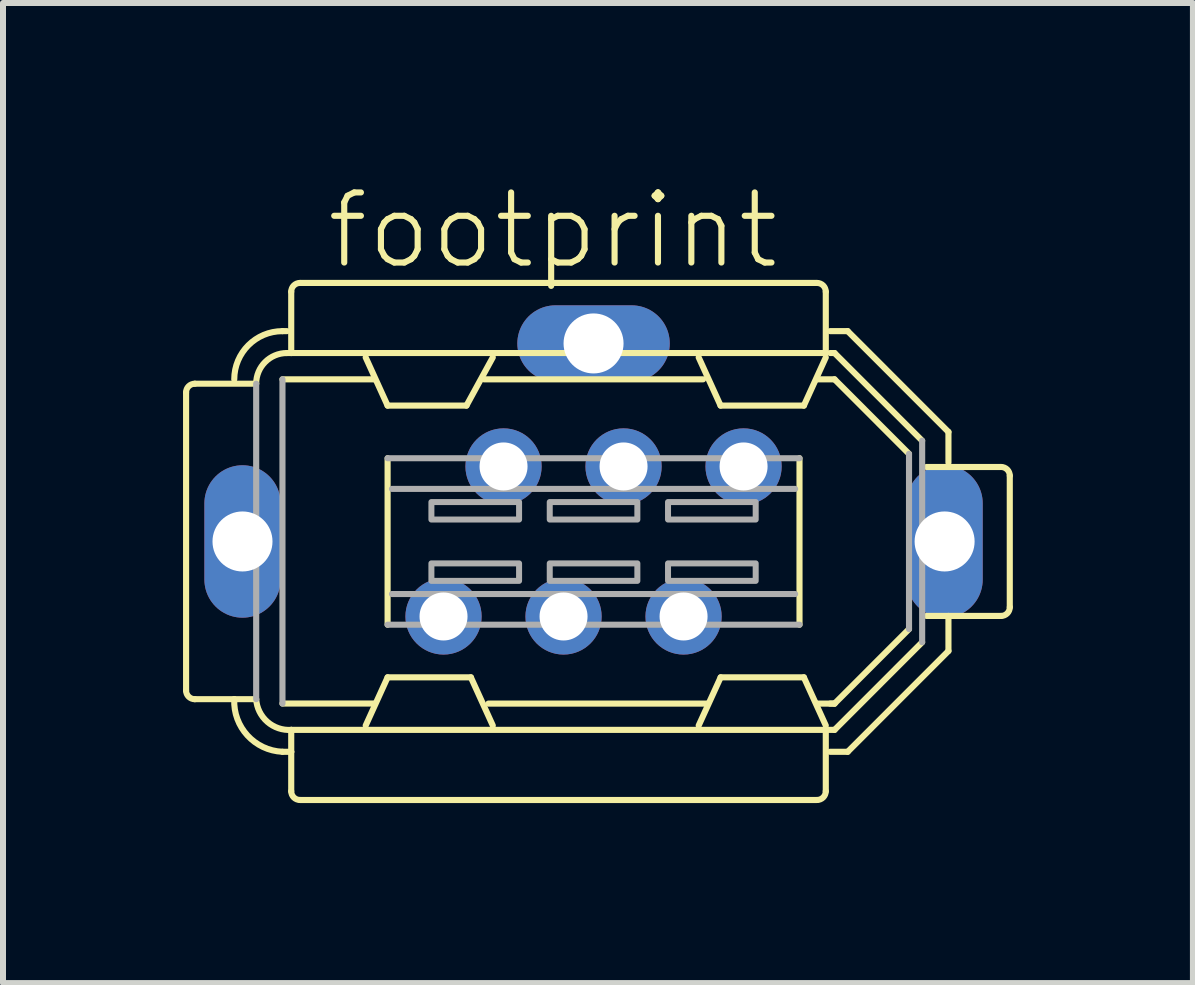
<source format=kicad_pcb>
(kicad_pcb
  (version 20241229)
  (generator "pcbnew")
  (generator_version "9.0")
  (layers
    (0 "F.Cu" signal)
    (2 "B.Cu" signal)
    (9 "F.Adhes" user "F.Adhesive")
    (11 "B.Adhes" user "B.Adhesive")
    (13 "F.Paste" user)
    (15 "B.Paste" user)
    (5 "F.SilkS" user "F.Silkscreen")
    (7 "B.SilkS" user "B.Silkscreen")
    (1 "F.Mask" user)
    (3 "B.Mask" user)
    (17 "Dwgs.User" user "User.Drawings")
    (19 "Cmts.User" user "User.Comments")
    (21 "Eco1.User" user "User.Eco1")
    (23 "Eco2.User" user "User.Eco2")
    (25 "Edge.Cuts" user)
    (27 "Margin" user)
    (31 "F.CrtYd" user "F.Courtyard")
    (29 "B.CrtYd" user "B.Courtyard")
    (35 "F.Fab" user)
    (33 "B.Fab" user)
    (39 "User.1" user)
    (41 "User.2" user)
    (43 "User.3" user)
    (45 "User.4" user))
  (footprint "footprint"
    (layer "F.Cu")
    (at 6.841 5.973)
    (property "Reference" "footprint" (at -4.5 -4.5 0) (layer "F.SilkS") (effects (font (size 1.168 1.168) (thickness 0.102)) (justify left bottom)))
    (fp_line (start -6.79 2.482) (end -6.79 -2.483) (stroke (width 0.102) (type solid)) (layer "F.SilkS"))
    (fp_line (start -6.644 -2.629) (end -5.622 -2.629) (stroke (width 0.102) (type solid)) (layer "F.SilkS"))
    (fp_line (start -5.987 2.628) (end -6.644 2.628) (stroke (width 0.102) (type solid)) (layer "F.SilkS"))
    (fp_line (start -5.622 2.628) (end -5.987 2.628) (stroke (width 0.102) (type solid)) (layer "F.SilkS"))
    (fp_line (start -5.184 -3.505) (end -5.111 -3.505) (stroke (width 0.102) (type solid)) (layer "F.SilkS"))
    (fp_line (start -5.184 -2.702) (end -3.651 -2.702) (stroke (width 0.102) (type solid)) (layer "F.SilkS"))
    (fp_line (start -5.184 2.701) (end -3.651 2.701) (stroke (width 0.102) (type solid)) (layer "F.SilkS"))
    (fp_line (start -5.184 3.505) (end -5.038 3.505) (stroke (width 0.102) (type solid)) (layer "F.SilkS"))
    (fp_line (start -5.111 -3.14) (end -5.038 -3.14) (stroke (width 0.102) (type solid)) (layer "F.SilkS"))
    (fp_line (start -5.038 -3.14) (end -5.038 -4.162) (stroke (width 0.102) (type solid)) (layer "F.SilkS"))
    (fp_line (start -5.038 3.14) (end 3.87 3.14) (stroke (width 0.102) (type solid)) (layer "F.SilkS"))
    (fp_line (start -5.038 3.505) (end -5.038 3.14) (stroke (width 0.102) (type solid)) (layer "F.SilkS"))
    (fp_line (start -5.038 4.162) (end -5.038 3.505) (stroke (width 0.102) (type solid)) (layer "F.SilkS"))
    (fp_line (start -5.038 3.14) (end -5.038 3.14) (stroke (width 0.102) (type solid)) (layer "F.SilkS"))
    (fp_line (start -4.892 -4.308) (end 3.724 -4.308) (stroke (width 0.102) (type solid)) (layer "F.SilkS"))
    (fp_line (start -3.797 -3.067) (end -3.432 -2.264) (stroke (width 0.102) (type solid)) (layer "F.SilkS"))
    (fp_line (start -3.432 -2.264) (end -2.118 -2.264) (stroke (width 0.102) (type solid)) (layer "F.SilkS"))
    (fp_line (start -3.432 1.387) (end -3.432 -1.387) (stroke (width 0.102) (type solid)) (layer "F.SilkS"))
    (fp_line (start -3.432 2.264) (end -3.797 3.067) (stroke (width 0.102) (type solid)) (layer "F.SilkS"))
    (fp_line (start -2.118 -2.264) (end -1.679 -3.067) (stroke (width 0.102) (type solid)) (layer "F.SilkS"))
    (fp_line (start -2.044 2.264) (end -3.432 2.264) (stroke (width 0.102) (type solid)) (layer "F.SilkS"))
    (fp_line (start -1.825 -2.702) (end 1.825 -2.702) (stroke (width 0.102) (type solid)) (layer "F.SilkS"))
    (fp_line (start -1.679 3.067) (end -2.044 2.264) (stroke (width 0.102) (type solid)) (layer "F.SilkS"))
    (fp_line (start 1.752 -3.067) (end 2.117 -2.264) (stroke (width 0.102) (type solid)) (layer "F.SilkS"))
    (fp_line (start 1.898 2.702) (end -1.752 2.702) (stroke (width 0.102) (type solid)) (layer "F.SilkS"))
    (fp_line (start 2.117 -2.264) (end 3.505 -2.264) (stroke (width 0.102) (type solid)) (layer "F.SilkS"))
    (fp_line (start 2.118 2.264) (end 1.752 3.067) (stroke (width 0.102) (type solid)) (layer "F.SilkS"))
    (fp_line (start 3.432 -1.387) (end 3.432 1.387) (stroke (width 0.102) (type solid)) (layer "F.SilkS"))
    (fp_line (start 3.505 -2.264) (end 3.87 -3.067) (stroke (width 0.102) (type solid)) (layer "F.SilkS"))
    (fp_line (start 3.505 2.264) (end 2.118 2.264) (stroke (width 0.102) (type solid)) (layer "F.SilkS"))
    (fp_line (start 3.724 -2.702) (end 4.016 -2.702) (stroke (width 0.102) (type solid)) (layer "F.SilkS"))
    (fp_line (start 3.724 2.702) (end 4.016 2.702) (stroke (width 0.102) (type solid)) (layer "F.SilkS"))
    (fp_line (start 3.724 4.308) (end -4.892 4.308) (stroke (width 0.102) (type solid)) (layer "F.SilkS"))
    (fp_line (start 3.87 -4.162) (end 3.87 -3.14) (stroke (width 0.102) (type solid)) (layer "F.SilkS"))
    (fp_line (start 3.87 -3.14) (end -5.038 -3.14) (stroke (width 0.102) (type solid)) (layer "F.SilkS"))
    (fp_line (start 3.87 3.067) (end 3.505 2.264) (stroke (width 0.102) (type solid)) (layer "F.SilkS"))
    (fp_line (start 3.87 3.14) (end 3.87 4.162) (stroke (width 0.102) (type solid)) (layer "F.SilkS"))
    (fp_line (start 3.943 -3.505) (end 4.235 -3.505) (stroke (width 0.102) (type solid)) (layer "F.SilkS"))
    (fp_line (start 3.943 -3.14) (end 4.016 -3.14) (stroke (width 0.102) (type solid)) (layer "F.SilkS"))
    (fp_line (start 4.016 2.702) (end 3.943 2.702) (stroke (width 0.102) (type solid)) (layer "F.SilkS"))
    (fp_line (start 4.016 3.14) (end 3.87 3.14) (stroke (width 0.102) (type solid)) (layer "F.SilkS"))
    (fp_line (start 4.016 -3.14) (end 5.476 -1.679) (stroke (width 0.102) (type solid)) (layer "F.SilkS"))
    (fp_line (start 4.016 -2.702) (end 5.257 -1.46) (stroke (width 0.102) (type solid)) (layer "F.SilkS"))
    (fp_line (start 4.235 -3.505) (end 5.914 -1.825) (stroke (width 0.102) (type solid)) (layer "F.SilkS"))
    (fp_line (start 4.235 3.505) (end 3.943 3.505) (stroke (width 0.102) (type solid)) (layer "F.SilkS"))
    (fp_line (start 5.257 1.46) (end 4.016 2.702) (stroke (width 0.102) (type solid)) (layer "F.SilkS"))
    (fp_line (start 5.476 1.679) (end 4.016 3.14) (stroke (width 0.102) (type solid)) (layer "F.SilkS"))
    (fp_line (start 5.549 -1.241) (end 6.79 -1.241) (stroke (width 0.102) (type solid)) (layer "F.SilkS"))
    (fp_line (start 5.914 -1.825) (end 5.914 -1.314) (stroke (width 0.102) (type solid)) (layer "F.SilkS"))
    (fp_line (start 5.914 1.241) (end 5.914 1.825) (stroke (width 0.102) (type solid)) (layer "F.SilkS"))
    (fp_line (start 5.914 1.825) (end 4.235 3.505) (stroke (width 0.102) (type solid)) (layer "F.SilkS"))
    (fp_line (start 6.79 1.241) (end 5.549 1.241) (stroke (width 0.102) (type solid)) (layer "F.SilkS"))
    (fp_line (start 6.936 -1.095) (end 6.936 1.095) (stroke (width 0.102) (type solid)) (layer "F.SilkS"))
    (fp_arc (start -6.7905 -2.4826) (mid -6.747738 -2.585838) (end -6.6445 -2.6286) (stroke (width 0.1016) (type solid)) (layer "F.SilkS"))
    (fp_arc (start -6.6445 2.6285) (mid -6.747738 2.585738) (end -6.7905 2.4825) (stroke (width 0.1016) (type solid)) (layer "F.SilkS"))
    (fp_arc (start -5.9873 -2.7016) (mid -5.752048 -3.269548) (end -5.1841 -3.5048) (stroke (width 0.1016) (type solid)) (layer "F.SilkS"))
    (fp_arc (start -5.6222 -2.6286) (mid -5.472502 -2.990002) (end -5.1111 -3.1397) (stroke (width 0.1016) (type solid)) (layer "F.SilkS"))
    (fp_arc (start -5.184 3.5047) (mid -5.767102 3.232955) (end -5.987299 2.628499) (stroke (width 0.1016) (type solid)) (layer "F.SilkS"))
    (fp_arc (start -5.0381 -4.162) (mid -4.995338 -4.265238) (end -4.8921 -4.308) (stroke (width 0.1016) (type solid)) (layer "F.SilkS"))
    (fp_arc (start -5.037999 3.139701) (mid -5.43605 3.005181) (end -5.6222 2.6285) (stroke (width 0.1016) (type solid)) (layer "F.SilkS"))
    (fp_arc (start -4.8921 4.3079) (mid -4.995338 4.265138) (end -5.0381 4.1619) (stroke (width 0.1016) (type solid)) (layer "F.SilkS"))
    (fp_arc (start 3.7238 -4.308) (mid 3.827038 -4.265238) (end 3.8698 -4.162) (stroke (width 0.1016) (type solid)) (layer "F.SilkS"))
    (fp_arc (start 3.8698 4.1619) (mid 3.827038 4.265138) (end 3.7238 4.3079) (stroke (width 0.1016) (type solid)) (layer "F.SilkS"))
    (fp_arc (start 6.7905 -1.2413) (mid 6.893738 -1.198538) (end 6.9365 -1.0953) (stroke (width 0.1016) (type solid)) (layer "F.SilkS"))
    (fp_arc (start 6.9365 1.0952) (mid 6.893738 1.198438) (end 6.7905 1.2412) (stroke (width 0.1016) (type solid)) (layer "F.SilkS"))
    (fp_line (start -5.622 -2.629) (end -5.622 2.628) (stroke (width 0.102) (type solid)) (layer "F.Fab"))
    (fp_line (start -5.184 -2.702) (end -5.184 2.701) (stroke (width 0.102) (type solid)) (layer "F.Fab"))
    (fp_line (start -3.432 -1.387) (end 3.432 -1.387) (stroke (width 0.102) (type solid)) (layer "F.Fab"))
    (fp_line (start -3.359 -0.876) (end 3.359 -0.876) (stroke (width 0.102) (type solid)) (layer "F.Fab"))
    (fp_line (start 3.359 0.876) (end -3.359 0.876) (stroke (width 0.102) (type solid)) (layer "F.Fab"))
    (fp_line (start 3.432 1.387) (end -3.432 1.387) (stroke (width 0.102) (type solid)) (layer "F.Fab"))
    (fp_line (start 5.257 -1.46) (end 5.257 1.46) (stroke (width 0.102) (type solid)) (layer "F.Fab"))
    (fp_line (start 5.476 -1.679) (end 5.476 1.679) (stroke (width 0.102) (type solid)) (layer "F.Fab"))
    (fp_poly (pts (xy -2.702 -0.365) (xy -1.241 -0.365) (xy -1.241 -0.657) (xy -2.702 -0.657)) (stroke (width 0.1) (type solid)) (fill no) (layer "F.Fab"))
    (fp_poly (pts (xy -2.702 0.657) (xy -1.241 0.657) (xy -1.241 0.365) (xy -2.702 0.365)) (stroke (width 0.1) (type solid)) (fill no) (layer "F.Fab"))
    (fp_poly (pts (xy -0.73 -0.365) (xy 0.73 -0.365) (xy 0.73 -0.657) (xy -0.73 -0.657)) (stroke (width 0.1) (type solid)) (fill no) (layer "F.Fab"))
    (fp_poly (pts (xy -0.73 0.657) (xy 0.73 0.657) (xy 0.73 0.365) (xy -0.73 0.365)) (stroke (width 0.1) (type solid)) (fill no) (layer "F.Fab"))
    (fp_poly (pts (xy 1.241 -0.365) (xy 2.702 -0.365) (xy 2.702 -0.657) (xy 1.241 -0.657)) (stroke (width 0.1) (type solid)) (fill no) (layer "F.Fab"))
    (fp_poly (pts (xy 1.241 0.657) (xy 2.702 0.657) (xy 2.702 0.365) (xy 1.241 0.365)) (stroke (width 0.1) (type solid)) (fill no) (layer "F.Fab"))
    (pad "1" thru_hole circle (at 2.5 -1.25) (size 1.27 1.27) (drill 0.8) (layers "*.Cu" "*.Mask"))
    (pad "2" thru_hole circle (at 1.5 1.25) (size 1.27 1.27) (drill 0.8) (layers "*.Cu" "*.Mask"))
    (pad "3" thru_hole circle (at 0.5 -1.25) (size 1.27 1.27) (drill 0.8) (layers "*.Cu" "*.Mask"))
    (pad "4" thru_hole circle (at -0.5 1.25) (size 1.27 1.27) (drill 0.8) (layers "*.Cu" "*.Mask"))
    (pad "5" thru_hole circle (at -1.5 -1.25) (size 1.27 1.27) (drill 0.8) (layers "*.Cu" "*.Mask"))
    (pad "6" thru_hole circle (at -2.5 1.25) (size 1.27 1.27) (drill 0.8) (layers "*.Cu" "*.Mask"))
    (pad "M1" thru_hole oval (at -5.85 0 90) (size 2.54 1.27) (drill 1) (layers "*.Cu" "*.Mask"))
    (pad "M2" thru_hole oval (at 5.85 0 90) (size 2.54 1.27) (drill 1) (layers "*.Cu" "*.Mask"))
    (pad "M3" thru_hole oval (at 0 -3.3 180) (size 2.54 1.27) (drill 1) (layers "*.Cu" "*.Mask")))
  (gr_rect
    (start -3 -3)
    (end 16.829 13.332)
    (stroke (width 0.1) (type default))
    (fill no)
    (layer "Edge.Cuts")))
</source>
